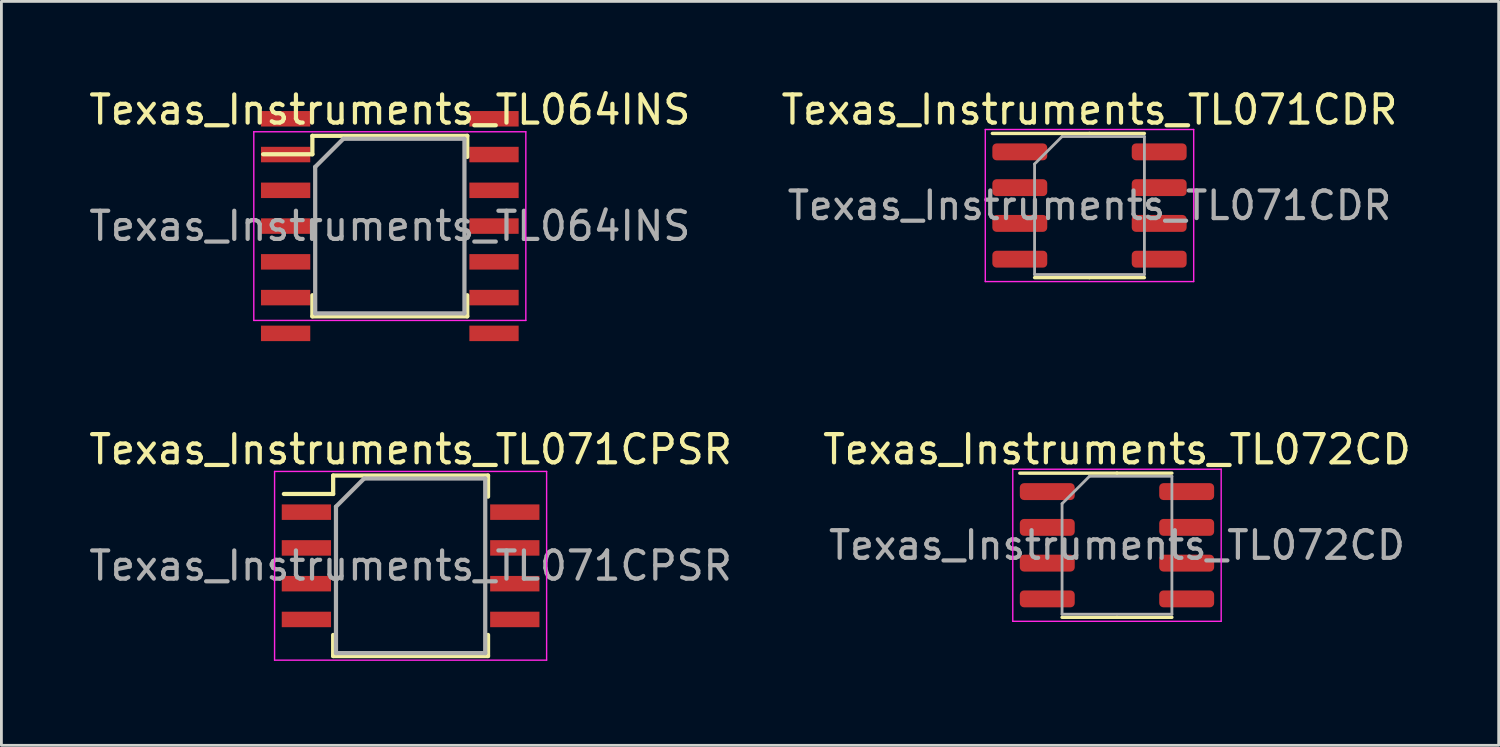
<source format=kicad_pcb>
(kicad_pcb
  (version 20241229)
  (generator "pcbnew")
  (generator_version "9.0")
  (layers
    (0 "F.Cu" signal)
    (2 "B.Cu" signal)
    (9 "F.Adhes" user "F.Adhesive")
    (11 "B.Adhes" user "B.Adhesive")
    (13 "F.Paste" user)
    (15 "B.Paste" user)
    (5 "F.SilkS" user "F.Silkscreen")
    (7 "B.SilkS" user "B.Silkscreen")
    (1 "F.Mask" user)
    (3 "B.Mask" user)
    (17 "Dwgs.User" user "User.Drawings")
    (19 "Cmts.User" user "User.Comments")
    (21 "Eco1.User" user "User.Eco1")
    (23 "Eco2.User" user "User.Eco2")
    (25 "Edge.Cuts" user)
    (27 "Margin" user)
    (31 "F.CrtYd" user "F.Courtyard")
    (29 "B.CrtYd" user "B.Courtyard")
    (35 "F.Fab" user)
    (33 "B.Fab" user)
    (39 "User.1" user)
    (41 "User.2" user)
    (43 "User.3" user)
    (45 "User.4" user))
  (footprint "Texas_Instruments_TL071CDR"
    (layer "F.Cu")
    (at 35.637 4.248)
    (property "Reference" "Texas_Instruments_TL071CDR" (at 0 -3.4 0) (layer "F.SilkS") (effects (font (size 1 1) (thickness 0.15))))
    (attr smd)
    (fp_line (start 0 -2.56) (end -3.45 -2.56) (stroke (width 0.12) (type solid)) (layer "F.SilkS"))
    (fp_line (start 0 -2.56) (end 1.95 -2.56) (stroke (width 0.12) (type solid)) (layer "F.SilkS"))
    (fp_line (start 0 2.56) (end -1.95 2.56) (stroke (width 0.12) (type solid)) (layer "F.SilkS"))
    (fp_line (start 0 2.56) (end 1.95 2.56) (stroke (width 0.12) (type solid)) (layer "F.SilkS"))
    (fp_line (start -3.7 -2.7) (end -3.7 2.7) (stroke (width 0.05) (type solid)) (layer "F.CrtYd"))
    (fp_line (start -3.7 2.7) (end 3.7 2.7) (stroke (width 0.05) (type solid)) (layer "F.CrtYd"))
    (fp_line (start 3.7 -2.7) (end -3.7 -2.7) (stroke (width 0.05) (type solid)) (layer "F.CrtYd"))
    (fp_line (start 3.7 2.7) (end 3.7 -2.7) (stroke (width 0.05) (type solid)) (layer "F.CrtYd"))
    (fp_line (start -1.95 -1.475) (end -0.975 -2.45) (stroke (width 0.1) (type solid)) (layer "F.Fab"))
    (fp_line (start -1.95 2.45) (end -1.95 -1.475) (stroke (width 0.1) (type solid)) (layer "F.Fab"))
    (fp_line (start -0.975 -2.45) (end 1.95 -2.45) (stroke (width 0.1) (type solid)) (layer "F.Fab"))
    (fp_line (start 1.95 -2.45) (end 1.95 2.45) (stroke (width 0.1) (type solid)) (layer "F.Fab"))
    (fp_line (start 1.95 2.45) (end -1.95 2.45) (stroke (width 0.1) (type solid)) (layer "F.Fab"))
    (fp_text user "${REFERENCE}" (at 0 0 0) (layer "F.Fab") (effects (font (size 0.98 0.98) (thickness 0.15))))
    (pad "1" smd roundrect (at -2.475 -1.905) (size 1.95 0.6) (layers "F.Cu" "F.Mask" "F.Paste") (roundrect_rratio 0.25))
    (pad "2" smd roundrect (at -2.475 -0.635) (size 1.95 0.6) (layers "F.Cu" "F.Mask" "F.Paste") (roundrect_rratio 0.25))
    (pad "3" smd roundrect (at -2.475 0.635) (size 1.95 0.6) (layers "F.Cu" "F.Mask" "F.Paste") (roundrect_rratio 0.25))
    (pad "4" smd roundrect (at -2.475 1.905) (size 1.95 0.6) (layers "F.Cu" "F.Mask" "F.Paste") (roundrect_rratio 0.25))
    (pad "5" smd roundrect (at 2.475 1.905) (size 1.95 0.6) (layers "F.Cu" "F.Mask" "F.Paste") (roundrect_rratio 0.25))
    (pad "6" smd roundrect (at 2.475 0.635) (size 1.95 0.6) (layers "F.Cu" "F.Mask" "F.Paste") (roundrect_rratio 0.25))
    (pad "7" smd roundrect (at 2.475 -0.635) (size 1.95 0.6) (layers "F.Cu" "F.Mask" "F.Paste") (roundrect_rratio 0.25))
    (pad "8" smd roundrect (at 2.475 -1.905) (size 1.95 0.6) (layers "F.Cu" "F.Mask" "F.Paste") (roundrect_rratio 0.25)))
  (footprint "Texas_Instruments_TL071CPSR"
    (layer "F.Cu")
    (at 11.53 17.041)
    (property "Reference" "Texas_Instruments_TL071CPSR" (at 0 -4.13 0) (layer "F.SilkS") (effects (font (size 1 1) (thickness 0.15))))
    (attr smd)
    (fp_line (start -2.75 -3.205) (end -2.75 -2.55) (stroke (width 0.15) (type solid)) (layer "F.SilkS"))
    (fp_line (start -2.75 -3.205) (end 2.75 -3.205) (stroke (width 0.15) (type solid)) (layer "F.SilkS"))
    (fp_line (start -2.75 -2.55) (end -4.5 -2.55) (stroke (width 0.15) (type solid)) (layer "F.SilkS"))
    (fp_line (start -2.75 3.205) (end -2.75 2.455) (stroke (width 0.15) (type solid)) (layer "F.SilkS"))
    (fp_line (start -2.75 3.205) (end 2.75 3.205) (stroke (width 0.15) (type solid)) (layer "F.SilkS"))
    (fp_line (start 2.75 -3.205) (end 2.75 -2.455) (stroke (width 0.15) (type solid)) (layer "F.SilkS"))
    (fp_line (start 2.75 3.205) (end 2.75 2.455) (stroke (width 0.15) (type solid)) (layer "F.SilkS"))
    (fp_line (start -4.83 -3.35) (end -4.83 3.35) (stroke (width 0.05) (type solid)) (layer "F.CrtYd"))
    (fp_line (start -4.83 -3.35) (end 4.83 -3.35) (stroke (width 0.05) (type solid)) (layer "F.CrtYd"))
    (fp_line (start -4.83 3.35) (end 4.83 3.35) (stroke (width 0.05) (type solid)) (layer "F.CrtYd"))
    (fp_line (start 4.83 -3.35) (end 4.83 3.35) (stroke (width 0.05) (type solid)) (layer "F.CrtYd"))
    (fp_line (start -2.65 -2.1) (end -1.65 -3.1) (stroke (width 0.15) (type solid)) (layer "F.Fab"))
    (fp_line (start -2.65 3.1) (end -2.65 -2.1) (stroke (width 0.15) (type solid)) (layer "F.Fab"))
    (fp_line (start -1.65 -3.1) (end 2.65 -3.1) (stroke (width 0.15) (type solid)) (layer "F.Fab"))
    (fp_line (start 2.65 -3.1) (end 2.65 3.1) (stroke (width 0.15) (type solid)) (layer "F.Fab"))
    (fp_line (start 2.65 3.1) (end -2.65 3.1) (stroke (width 0.15) (type solid)) (layer "F.Fab"))
    (fp_text user "${REFERENCE}" (at 0 0 0) (layer "F.Fab") (effects (font (size 1 1) (thickness 0.15))))
    (pad "1" smd rect (at -3.7 -1.905) (size 1.75 0.55) (layers "F.Cu" "F.Mask" "F.Paste"))
    (pad "2" smd rect (at -3.7 -0.635) (size 1.75 0.55) (layers "F.Cu" "F.Mask" "F.Paste"))
    (pad "3" smd rect (at -3.7 0.635) (size 1.75 0.55) (layers "F.Cu" "F.Mask" "F.Paste"))
    (pad "4" smd rect (at -3.7 1.905) (size 1.75 0.55) (layers "F.Cu" "F.Mask" "F.Paste"))
    (pad "5" smd rect (at 3.7 1.905) (size 1.75 0.55) (layers "F.Cu" "F.Mask" "F.Paste"))
    (pad "6" smd rect (at 3.7 0.635) (size 1.75 0.55) (layers "F.Cu" "F.Mask" "F.Paste"))
    (pad "7" smd rect (at 3.7 -0.635) (size 1.75 0.55) (layers "F.Cu" "F.Mask" "F.Paste"))
    (pad "8" smd rect (at 3.7 -1.905) (size 1.75 0.55) (layers "F.Cu" "F.Mask" "F.Paste")))
  (footprint "Texas_Instruments_TL072CD"
    (layer "F.Cu")
    (at 36.613 16.311)
    (property "Reference" "Texas_Instruments_TL072CD" (at 0 -3.4 0) (layer "F.SilkS") (effects (font (size 1 1) (thickness 0.15))))
    (attr smd)
    (fp_line (start 0 -2.56) (end -3.45 -2.56) (stroke (width 0.12) (type solid)) (layer "F.SilkS"))
    (fp_line (start 0 -2.56) (end 1.95 -2.56) (stroke (width 0.12) (type solid)) (layer "F.SilkS"))
    (fp_line (start 0 2.56) (end -1.95 2.56) (stroke (width 0.12) (type solid)) (layer "F.SilkS"))
    (fp_line (start 0 2.56) (end 1.95 2.56) (stroke (width 0.12) (type solid)) (layer "F.SilkS"))
    (fp_line (start -3.7 -2.7) (end -3.7 2.7) (stroke (width 0.05) (type solid)) (layer "F.CrtYd"))
    (fp_line (start -3.7 2.7) (end 3.7 2.7) (stroke (width 0.05) (type solid)) (layer "F.CrtYd"))
    (fp_line (start 3.7 -2.7) (end -3.7 -2.7) (stroke (width 0.05) (type solid)) (layer "F.CrtYd"))
    (fp_line (start 3.7 2.7) (end 3.7 -2.7) (stroke (width 0.05) (type solid)) (layer "F.CrtYd"))
    (fp_line (start -1.95 -1.475) (end -0.975 -2.45) (stroke (width 0.1) (type solid)) (layer "F.Fab"))
    (fp_line (start -1.95 2.45) (end -1.95 -1.475) (stroke (width 0.1) (type solid)) (layer "F.Fab"))
    (fp_line (start -0.975 -2.45) (end 1.95 -2.45) (stroke (width 0.1) (type solid)) (layer "F.Fab"))
    (fp_line (start 1.95 -2.45) (end 1.95 2.45) (stroke (width 0.1) (type solid)) (layer "F.Fab"))
    (fp_line (start 1.95 2.45) (end -1.95 2.45) (stroke (width 0.1) (type solid)) (layer "F.Fab"))
    (fp_text user "${REFERENCE}" (at 0 0 0) (layer "F.Fab") (effects (font (size 0.98 0.98) (thickness 0.15))))
    (pad "1" smd roundrect (at -2.475 -1.905) (size 1.95 0.6) (layers "F.Cu" "F.Mask" "F.Paste") (roundrect_rratio 0.25))
    (pad "2" smd roundrect (at -2.475 -0.635) (size 1.95 0.6) (layers "F.Cu" "F.Mask" "F.Paste") (roundrect_rratio 0.25))
    (pad "3" smd roundrect (at -2.475 0.635) (size 1.95 0.6) (layers "F.Cu" "F.Mask" "F.Paste") (roundrect_rratio 0.25))
    (pad "4" smd roundrect (at -2.475 1.905) (size 1.95 0.6) (layers "F.Cu" "F.Mask" "F.Paste") (roundrect_rratio 0.25))
    (pad "5" smd roundrect (at 2.475 1.905) (size 1.95 0.6) (layers "F.Cu" "F.Mask" "F.Paste") (roundrect_rratio 0.25))
    (pad "6" smd roundrect (at 2.475 0.635) (size 1.95 0.6) (layers "F.Cu" "F.Mask" "F.Paste") (roundrect_rratio 0.25))
    (pad "7" smd roundrect (at 2.475 -0.635) (size 1.95 0.6) (layers "F.Cu" "F.Mask" "F.Paste") (roundrect_rratio 0.25))
    (pad "8" smd roundrect (at 2.475 -1.905) (size 1.95 0.6) (layers "F.Cu" "F.Mask" "F.Paste") (roundrect_rratio 0.25)))
  (footprint "Texas_Instruments_TL064INS"
    (layer "F.Cu")
    (at 10.792 4.978)
    (property "Reference" "Texas_Instruments_TL064INS" (at 0 -4.13 0) (layer "F.SilkS") (effects (font (size 1 1) (thickness 0.15))))
    (attr smd)
    (fp_line (start -2.75 -3.205) (end -2.75 -2.55) (stroke (width 0.15) (type solid)) (layer "F.SilkS"))
    (fp_line (start -2.75 -3.205) (end 2.75 -3.205) (stroke (width 0.15) (type solid)) (layer "F.SilkS"))
    (fp_line (start -2.75 -2.55) (end -4.5 -2.55) (stroke (width 0.15) (type solid)) (layer "F.SilkS"))
    (fp_line (start -2.75 3.205) (end -2.75 2.455) (stroke (width 0.15) (type solid)) (layer "F.SilkS"))
    (fp_line (start -2.75 3.205) (end 2.75 3.205) (stroke (width 0.15) (type solid)) (layer "F.SilkS"))
    (fp_line (start 2.75 -3.205) (end 2.75 -2.455) (stroke (width 0.15) (type solid)) (layer "F.SilkS"))
    (fp_line (start 2.75 3.205) (end 2.75 2.455) (stroke (width 0.15) (type solid)) (layer "F.SilkS"))
    (fp_line (start -4.83 -3.35) (end -4.83 3.35) (stroke (width 0.05) (type solid)) (layer "F.CrtYd"))
    (fp_line (start -4.83 -3.35) (end 4.83 -3.35) (stroke (width 0.05) (type solid)) (layer "F.CrtYd"))
    (fp_line (start -4.83 3.35) (end 4.83 3.35) (stroke (width 0.05) (type solid)) (layer "F.CrtYd"))
    (fp_line (start 4.83 -3.35) (end 4.83 3.35) (stroke (width 0.05) (type solid)) (layer "F.CrtYd"))
    (fp_line (start -2.65 -2.1) (end -1.65 -3.1) (stroke (width 0.15) (type solid)) (layer "F.Fab"))
    (fp_line (start -2.65 3.1) (end -2.65 -2.1) (stroke (width 0.15) (type solid)) (layer "F.Fab"))
    (fp_line (start -1.65 -3.1) (end 2.65 -3.1) (stroke (width 0.15) (type solid)) (layer "F.Fab"))
    (fp_line (start 2.65 -3.1) (end 2.65 3.1) (stroke (width 0.15) (type solid)) (layer "F.Fab"))
    (fp_line (start 2.65 3.1) (end -2.65 3.1) (stroke (width 0.15) (type solid)) (layer "F.Fab"))
    (fp_text user "${REFERENCE}" (at 0 0 0) (layer "F.Fab") (effects (font (size 1 1) (thickness 0.15))))
    (pad "1" smd rect (at -3.7 -3.81) (size 1.75 0.55) (layers "F.Cu" "F.Mask" "F.Paste"))
    (pad "2" smd rect (at -3.7 -2.54) (size 1.75 0.55) (layers "F.Cu" "F.Mask" "F.Paste"))
    (pad "3" smd rect (at -3.7 -1.27) (size 1.75 0.55) (layers "F.Cu" "F.Mask" "F.Paste"))
    (pad "4" smd rect (at -3.7 0) (size 1.75 0.55) (layers "F.Cu" "F.Mask" "F.Paste"))
    (pad "5" smd rect (at -3.7 1.27) (size 1.75 0.55) (layers "F.Cu" "F.Mask" "F.Paste"))
    (pad "6" smd rect (at -3.7 2.54) (size 1.75 0.55) (layers "F.Cu" "F.Mask" "F.Paste"))
    (pad "7" smd rect (at -3.7 3.81) (size 1.75 0.55) (layers "F.Cu" "F.Mask" "F.Paste"))
    (pad "8" smd rect (at 3.7 3.81) (size 1.75 0.55) (layers "F.Cu" "F.Mask" "F.Paste"))
    (pad "9" smd rect (at 3.7 2.54) (size 1.75 0.55) (layers "F.Cu" "F.Mask" "F.Paste"))
    (pad "10" smd rect (at 3.7 1.27) (size 1.75 0.55) (layers "F.Cu" "F.Mask" "F.Paste"))
    (pad "11" smd rect (at 3.7 0) (size 1.75 0.55) (layers "F.Cu" "F.Mask" "F.Paste"))
    (pad "12" smd rect (at 3.7 -1.27) (size 1.75 0.55) (layers "F.Cu" "F.Mask" "F.Paste"))
    (pad "13" smd rect (at 3.7 -2.54) (size 1.75 0.55) (layers "F.Cu" "F.Mask" "F.Paste"))
    (pad "14" smd rect (at 3.7 -3.81) (size 1.75 0.55) (layers "F.Cu" "F.Mask" "F.Paste")))
  (gr_rect
    (start -3 -3)
    (end 50.167 23.416)
    (stroke (width 0.1) (type default))
    (fill no)
    (layer "Edge.Cuts")))
</source>
